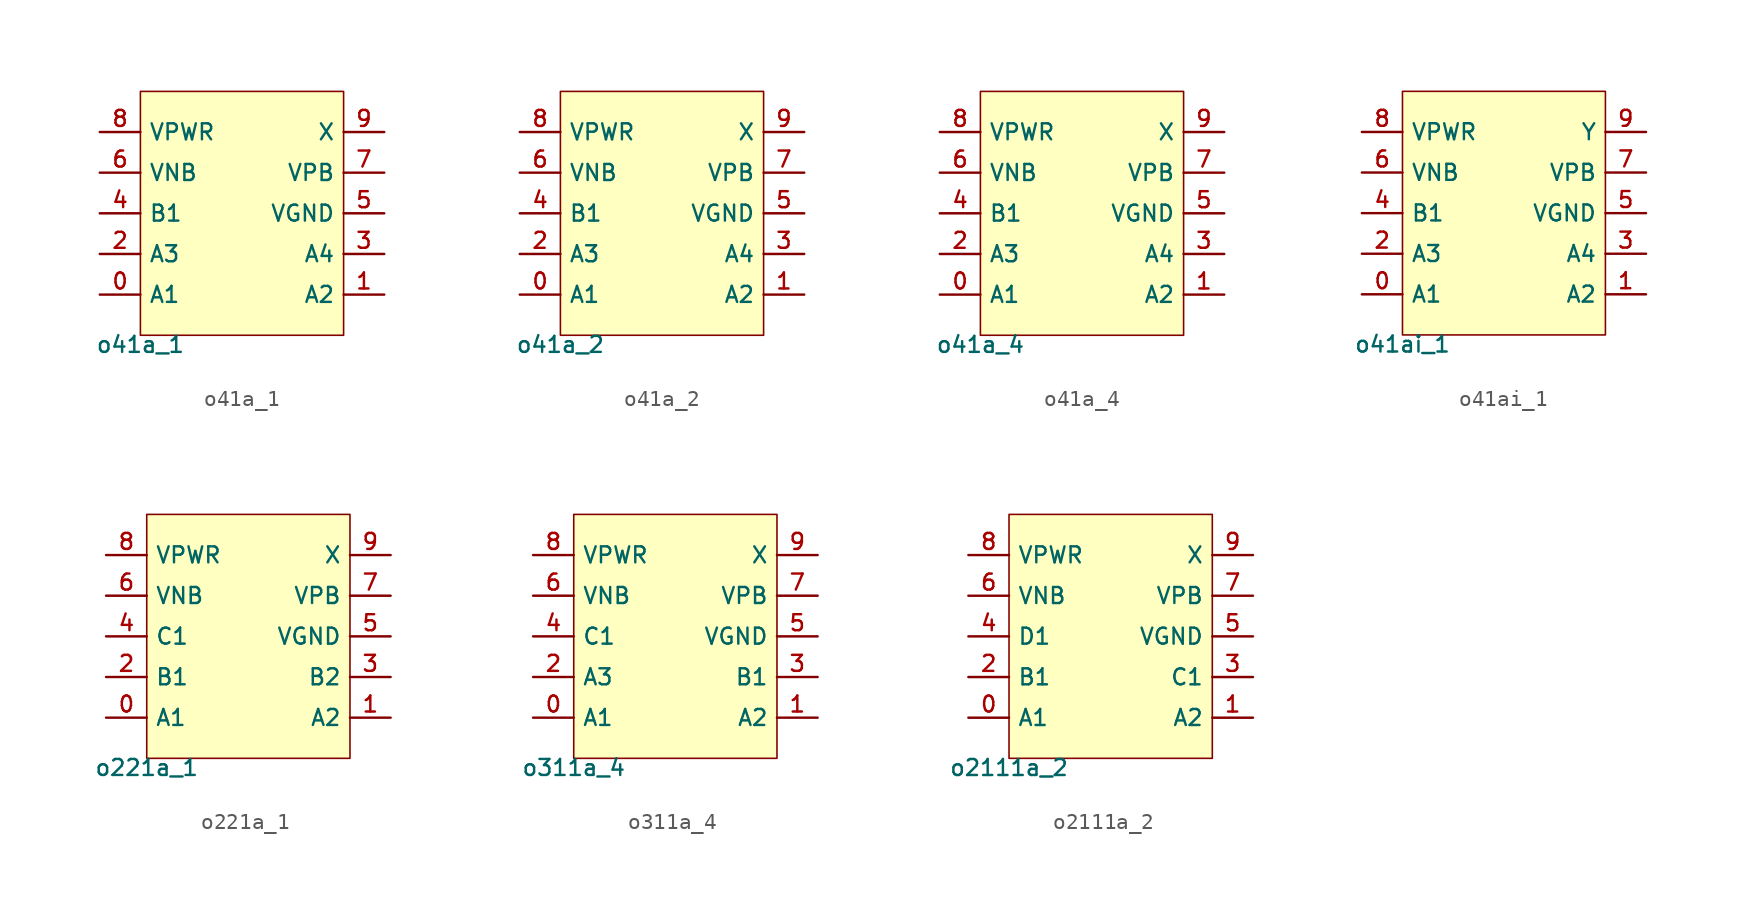
<source format=kicad_sym>
(kicad_symbol_lib
  (version 20211014)
  (generator pdk2kicad)
  (symbol "o41a_1"
    (property "Reference" "X"
      (at 0 0 0)
      (effects (font (size 1 1)) hide))
    (property "Value" "o41a_1"
      (at -6.35 -7.62 0)
      (effects (font (size 1 1)) (justify top)))
    (rectangle
      (start -6.35 -7.62)
      (end 6.35 7.62)
      (stroke (width 0.1) (type solid) (color 0 0 0 0))
      (fill (type background)))
    (pin bidirectional line
      (at -8.89 -5.08 0)
      (length 2.54)
      (name "A1" (effects (font (size 1 1)) hide))
      (number "0" (effects (font (size 1 1)) hide)))
    (pin bidirectional line
      (at 8.89 -5.08 180)
      (length 2.54)
      (name "A2" (effects (font (size 1 1)) hide))
      (number "1" (effects (font (size 1 1)) hide)))
    (pin bidirectional line
      (at -8.89 -2.54 0)
      (length 2.54)
      (name "A3" (effects (font (size 1 1)) hide))
      (number "2" (effects (font (size 1 1)) hide)))
    (pin bidirectional line
      (at 8.89 -2.54 180)
      (length 2.54)
      (name "A4" (effects (font (size 1 1)) hide))
      (number "3" (effects (font (size 1 1)) hide)))
    (pin bidirectional line
      (at -8.89 8.881784197001252e-16 0)
      (length 2.54)
      (name "B1" (effects (font (size 1 1)) hide))
      (number "4" (effects (font (size 1 1)) hide)))
    (pin bidirectional line
      (at 8.89 8.881784197001252e-16 180)
      (length 2.54)
      (name "VGND" (effects (font (size 1 1)) hide))
      (number "5" (effects (font (size 1 1)) hide)))
    (pin bidirectional line
      (at -8.89 2.54 0)
      (length 2.54)
      (name "VNB" (effects (font (size 1 1)) hide))
      (number "6" (effects (font (size 1 1)) hide)))
    (pin bidirectional line
      (at 8.89 2.54 180)
      (length 2.54)
      (name "VPB" (effects (font (size 1 1)) hide))
      (number "7" (effects (font (size 1 1)) hide)))
    (pin bidirectional line
      (at -8.89 5.08 0)
      (length 2.54)
      (name "VPWR" (effects (font (size 1 1)) hide))
      (number "8" (effects (font (size 1 1)) hide)))
    (pin bidirectional line
      (at 8.89 5.08 180)
      (length 2.54)
      (name "X" (effects (font (size 1 1)) hide))
      (number "9" (effects (font (size 1 1)) hide))))
  (symbol "o41a_2"
    (property "Reference" "X"
      (at 0 0 0)
      (effects (font (size 1 1)) hide))
    (property "Value" "o41a_2"
      (at -6.35 -7.62 0)
      (effects (font (size 1 1)) (justify top)))
    (rectangle
      (start -6.35 -7.62)
      (end 6.35 7.62)
      (stroke (width 0.1) (type solid) (color 0 0 0 0))
      (fill (type background)))
    (pin bidirectional line
      (at -8.89 -5.08 0)
      (length 2.54)
      (name "A1" (effects (font (size 1 1)) hide))
      (number "0" (effects (font (size 1 1)) hide)))
    (pin bidirectional line
      (at 8.89 -5.08 180)
      (length 2.54)
      (name "A2" (effects (font (size 1 1)) hide))
      (number "1" (effects (font (size 1 1)) hide)))
    (pin bidirectional line
      (at -8.89 -2.54 0)
      (length 2.54)
      (name "A3" (effects (font (size 1 1)) hide))
      (number "2" (effects (font (size 1 1)) hide)))
    (pin bidirectional line
      (at 8.89 -2.54 180)
      (length 2.54)
      (name "A4" (effects (font (size 1 1)) hide))
      (number "3" (effects (font (size 1 1)) hide)))
    (pin bidirectional line
      (at -8.89 8.881784197001252e-16 0)
      (length 2.54)
      (name "B1" (effects (font (size 1 1)) hide))
      (number "4" (effects (font (size 1 1)) hide)))
    (pin bidirectional line
      (at 8.89 8.881784197001252e-16 180)
      (length 2.54)
      (name "VGND" (effects (font (size 1 1)) hide))
      (number "5" (effects (font (size 1 1)) hide)))
    (pin bidirectional line
      (at -8.89 2.54 0)
      (length 2.54)
      (name "VNB" (effects (font (size 1 1)) hide))
      (number "6" (effects (font (size 1 1)) hide)))
    (pin bidirectional line
      (at 8.89 2.54 180)
      (length 2.54)
      (name "VPB" (effects (font (size 1 1)) hide))
      (number "7" (effects (font (size 1 1)) hide)))
    (pin bidirectional line
      (at -8.89 5.08 0)
      (length 2.54)
      (name "VPWR" (effects (font (size 1 1)) hide))
      (number "8" (effects (font (size 1 1)) hide)))
    (pin bidirectional line
      (at 8.89 5.08 180)
      (length 2.54)
      (name "X" (effects (font (size 1 1)) hide))
      (number "9" (effects (font (size 1 1)) hide))))
  (symbol "o41a_4"
    (property "Reference" "X"
      (at 0 0 0)
      (effects (font (size 1 1)) hide))
    (property "Value" "o41a_4"
      (at -6.35 -7.62 0)
      (effects (font (size 1 1)) (justify top)))
    (rectangle
      (start -6.35 -7.62)
      (end 6.35 7.62)
      (stroke (width 0.1) (type solid) (color 0 0 0 0))
      (fill (type background)))
    (pin bidirectional line
      (at -8.89 -5.08 0)
      (length 2.54)
      (name "A1" (effects (font (size 1 1)) hide))
      (number "0" (effects (font (size 1 1)) hide)))
    (pin bidirectional line
      (at 8.89 -5.08 180)
      (length 2.54)
      (name "A2" (effects (font (size 1 1)) hide))
      (number "1" (effects (font (size 1 1)) hide)))
    (pin bidirectional line
      (at -8.89 -2.54 0)
      (length 2.54)
      (name "A3" (effects (font (size 1 1)) hide))
      (number "2" (effects (font (size 1 1)) hide)))
    (pin bidirectional line
      (at 8.89 -2.54 180)
      (length 2.54)
      (name "A4" (effects (font (size 1 1)) hide))
      (number "3" (effects (font (size 1 1)) hide)))
    (pin bidirectional line
      (at -8.89 8.881784197001252e-16 0)
      (length 2.54)
      (name "B1" (effects (font (size 1 1)) hide))
      (number "4" (effects (font (size 1 1)) hide)))
    (pin bidirectional line
      (at 8.89 8.881784197001252e-16 180)
      (length 2.54)
      (name "VGND" (effects (font (size 1 1)) hide))
      (number "5" (effects (font (size 1 1)) hide)))
    (pin bidirectional line
      (at -8.89 2.54 0)
      (length 2.54)
      (name "VNB" (effects (font (size 1 1)) hide))
      (number "6" (effects (font (size 1 1)) hide)))
    (pin bidirectional line
      (at 8.89 2.54 180)
      (length 2.54)
      (name "VPB" (effects (font (size 1 1)) hide))
      (number "7" (effects (font (size 1 1)) hide)))
    (pin bidirectional line
      (at -8.89 5.08 0)
      (length 2.54)
      (name "VPWR" (effects (font (size 1 1)) hide))
      (number "8" (effects (font (size 1 1)) hide)))
    (pin bidirectional line
      (at 8.89 5.08 180)
      (length 2.54)
      (name "X" (effects (font (size 1 1)) hide))
      (number "9" (effects (font (size 1 1)) hide))))
  (symbol "o41ai_1"
    (property "Reference" "X"
      (at 0 0 0)
      (effects (font (size 1 1)) hide))
    (property "Value" "o41ai_1"
      (at -6.35 -7.62 0)
      (effects (font (size 1 1)) (justify top)))
    (rectangle
      (start -6.35 -7.62)
      (end 6.35 7.62)
      (stroke (width 0.1) (type solid) (color 0 0 0 0))
      (fill (type background)))
    (pin bidirectional line
      (at -8.89 -5.08 0)
      (length 2.54)
      (name "A1" (effects (font (size 1 1)) hide))
      (number "0" (effects (font (size 1 1)) hide)))
    (pin bidirectional line
      (at 8.89 -5.08 180)
      (length 2.54)
      (name "A2" (effects (font (size 1 1)) hide))
      (number "1" (effects (font (size 1 1)) hide)))
    (pin bidirectional line
      (at -8.89 -2.54 0)
      (length 2.54)
      (name "A3" (effects (font (size 1 1)) hide))
      (number "2" (effects (font (size 1 1)) hide)))
    (pin bidirectional line
      (at 8.89 -2.54 180)
      (length 2.54)
      (name "A4" (effects (font (size 1 1)) hide))
      (number "3" (effects (font (size 1 1)) hide)))
    (pin bidirectional line
      (at -8.89 8.881784197001252e-16 0)
      (length 2.54)
      (name "B1" (effects (font (size 1 1)) hide))
      (number "4" (effects (font (size 1 1)) hide)))
    (pin bidirectional line
      (at 8.89 8.881784197001252e-16 180)
      (length 2.54)
      (name "VGND" (effects (font (size 1 1)) hide))
      (number "5" (effects (font (size 1 1)) hide)))
    (pin bidirectional line
      (at -8.89 2.54 0)
      (length 2.54)
      (name "VNB" (effects (font (size 1 1)) hide))
      (number "6" (effects (font (size 1 1)) hide)))
    (pin bidirectional line
      (at 8.89 2.54 180)
      (length 2.54)
      (name "VPB" (effects (font (size 1 1)) hide))
      (number "7" (effects (font (size 1 1)) hide)))
    (pin bidirectional line
      (at -8.89 5.08 0)
      (length 2.54)
      (name "VPWR" (effects (font (size 1 1)) hide))
      (number "8" (effects (font (size 1 1)) hide)))
    (pin bidirectional line
      (at 8.89 5.08 180)
      (length 2.54)
      (name "Y" (effects (font (size 1 1)) hide))
      (number "9" (effects (font (size 1 1)) hide))))
  (symbol "o221a_1"
    (property "Reference" "X"
      (at 0 0 0)
      (effects (font (size 1 1)) hide))
    (property "Value" "o221a_1"
      (at -6.35 -7.62 0)
      (effects (font (size 1 1)) (justify top)))
    (rectangle
      (start -6.35 -7.62)
      (end 6.35 7.62)
      (stroke (width 0.1) (type solid) (color 0 0 0 0))
      (fill (type background)))
    (pin bidirectional line
      (at -8.89 -5.08 0)
      (length 2.54)
      (name "A1" (effects (font (size 1 1)) hide))
      (number "0" (effects (font (size 1 1)) hide)))
    (pin bidirectional line
      (at 8.89 -5.08 180)
      (length 2.54)
      (name "A2" (effects (font (size 1 1)) hide))
      (number "1" (effects (font (size 1 1)) hide)))
    (pin bidirectional line
      (at -8.89 -2.54 0)
      (length 2.54)
      (name "B1" (effects (font (size 1 1)) hide))
      (number "2" (effects (font (size 1 1)) hide)))
    (pin bidirectional line
      (at 8.89 -2.54 180)
      (length 2.54)
      (name "B2" (effects (font (size 1 1)) hide))
      (number "3" (effects (font (size 1 1)) hide)))
    (pin bidirectional line
      (at -8.89 8.881784197001252e-16 0)
      (length 2.54)
      (name "C1" (effects (font (size 1 1)) hide))
      (number "4" (effects (font (size 1 1)) hide)))
    (pin bidirectional line
      (at 8.89 8.881784197001252e-16 180)
      (length 2.54)
      (name "VGND" (effects (font (size 1 1)) hide))
      (number "5" (effects (font (size 1 1)) hide)))
    (pin bidirectional line
      (at -8.89 2.54 0)
      (length 2.54)
      (name "VNB" (effects (font (size 1 1)) hide))
      (number "6" (effects (font (size 1 1)) hide)))
    (pin bidirectional line
      (at 8.89 2.54 180)
      (length 2.54)
      (name "VPB" (effects (font (size 1 1)) hide))
      (number "7" (effects (font (size 1 1)) hide)))
    (pin bidirectional line
      (at -8.89 5.08 0)
      (length 2.54)
      (name "VPWR" (effects (font (size 1 1)) hide))
      (number "8" (effects (font (size 1 1)) hide)))
    (pin bidirectional line
      (at 8.89 5.08 180)
      (length 2.54)
      (name "X" (effects (font (size 1 1)) hide))
      (number "9" (effects (font (size 1 1)) hide))))
  (symbol "o311a_4"
    (property "Reference" "X"
      (at 0 0 0)
      (effects (font (size 1 1)) hide))
    (property "Value" "o311a_4"
      (at -6.35 -7.62 0)
      (effects (font (size 1 1)) (justify top)))
    (rectangle
      (start -6.35 -7.62)
      (end 6.35 7.62)
      (stroke (width 0.1) (type solid) (color 0 0 0 0))
      (fill (type background)))
    (pin bidirectional line
      (at -8.89 -5.08 0)
      (length 2.54)
      (name "A1" (effects (font (size 1 1)) hide))
      (number "0" (effects (font (size 1 1)) hide)))
    (pin bidirectional line
      (at 8.89 -5.08 180)
      (length 2.54)
      (name "A2" (effects (font (size 1 1)) hide))
      (number "1" (effects (font (size 1 1)) hide)))
    (pin bidirectional line
      (at -8.89 -2.54 0)
      (length 2.54)
      (name "A3" (effects (font (size 1 1)) hide))
      (number "2" (effects (font (size 1 1)) hide)))
    (pin bidirectional line
      (at 8.89 -2.54 180)
      (length 2.54)
      (name "B1" (effects (font (size 1 1)) hide))
      (number "3" (effects (font (size 1 1)) hide)))
    (pin bidirectional line
      (at -8.89 8.881784197001252e-16 0)
      (length 2.54)
      (name "C1" (effects (font (size 1 1)) hide))
      (number "4" (effects (font (size 1 1)) hide)))
    (pin bidirectional line
      (at 8.89 8.881784197001252e-16 180)
      (length 2.54)
      (name "VGND" (effects (font (size 1 1)) hide))
      (number "5" (effects (font (size 1 1)) hide)))
    (pin bidirectional line
      (at -8.89 2.54 0)
      (length 2.54)
      (name "VNB" (effects (font (size 1 1)) hide))
      (number "6" (effects (font (size 1 1)) hide)))
    (pin bidirectional line
      (at 8.89 2.54 180)
      (length 2.54)
      (name "VPB" (effects (font (size 1 1)) hide))
      (number "7" (effects (font (size 1 1)) hide)))
    (pin bidirectional line
      (at -8.89 5.08 0)
      (length 2.54)
      (name "VPWR" (effects (font (size 1 1)) hide))
      (number "8" (effects (font (size 1 1)) hide)))
    (pin bidirectional line
      (at 8.89 5.08 180)
      (length 2.54)
      (name "X" (effects (font (size 1 1)) hide))
      (number "9" (effects (font (size 1 1)) hide))))
  (symbol "o2111a_2"
    (property "Reference" "X"
      (at 0 0 0)
      (effects (font (size 1 1)) hide))
    (property "Value" "o2111a_2"
      (at -6.35 -7.62 0)
      (effects (font (size 1 1)) (justify top)))
    (rectangle
      (start -6.35 -7.62)
      (end 6.35 7.62)
      (stroke (width 0.1) (type solid) (color 0 0 0 0))
      (fill (type background)))
    (pin bidirectional line
      (at -8.89 -5.08 0)
      (length 2.54)
      (name "A1" (effects (font (size 1 1)) hide))
      (number "0" (effects (font (size 1 1)) hide)))
    (pin bidirectional line
      (at 8.89 -5.08 180)
      (length 2.54)
      (name "A2" (effects (font (size 1 1)) hide))
      (number "1" (effects (font (size 1 1)) hide)))
    (pin bidirectional line
      (at -8.89 -2.54 0)
      (length 2.54)
      (name "B1" (effects (font (size 1 1)) hide))
      (number "2" (effects (font (size 1 1)) hide)))
    (pin bidirectional line
      (at 8.89 -2.54 180)
      (length 2.54)
      (name "C1" (effects (font (size 1 1)) hide))
      (number "3" (effects (font (size 1 1)) hide)))
    (pin bidirectional line
      (at -8.89 8.881784197001252e-16 0)
      (length 2.54)
      (name "D1" (effects (font (size 1 1)) hide))
      (number "4" (effects (font (size 1 1)) hide)))
    (pin bidirectional line
      (at 8.89 8.881784197001252e-16 180)
      (length 2.54)
      (name "VGND" (effects (font (size 1 1)) hide))
      (number "5" (effects (font (size 1 1)) hide)))
    (pin bidirectional line
      (at -8.89 2.54 0)
      (length 2.54)
      (name "VNB" (effects (font (size 1 1)) hide))
      (number "6" (effects (font (size 1 1)) hide)))
    (pin bidirectional line
      (at 8.89 2.54 180)
      (length 2.54)
      (name "VPB" (effects (font (size 1 1)) hide))
      (number "7" (effects (font (size 1 1)) hide)))
    (pin bidirectional line
      (at -8.89 5.08 0)
      (length 2.54)
      (name "VPWR" (effects (font (size 1 1)) hide))
      (number "8" (effects (font (size 1 1)) hide)))
    (pin bidirectional line
      (at 8.89 5.08 180)
      (length 2.54)
      (name "X" (effects (font (size 1 1)) hide))
      (number "9" (effects (font (size 1 1)) hide)))))
</source>
